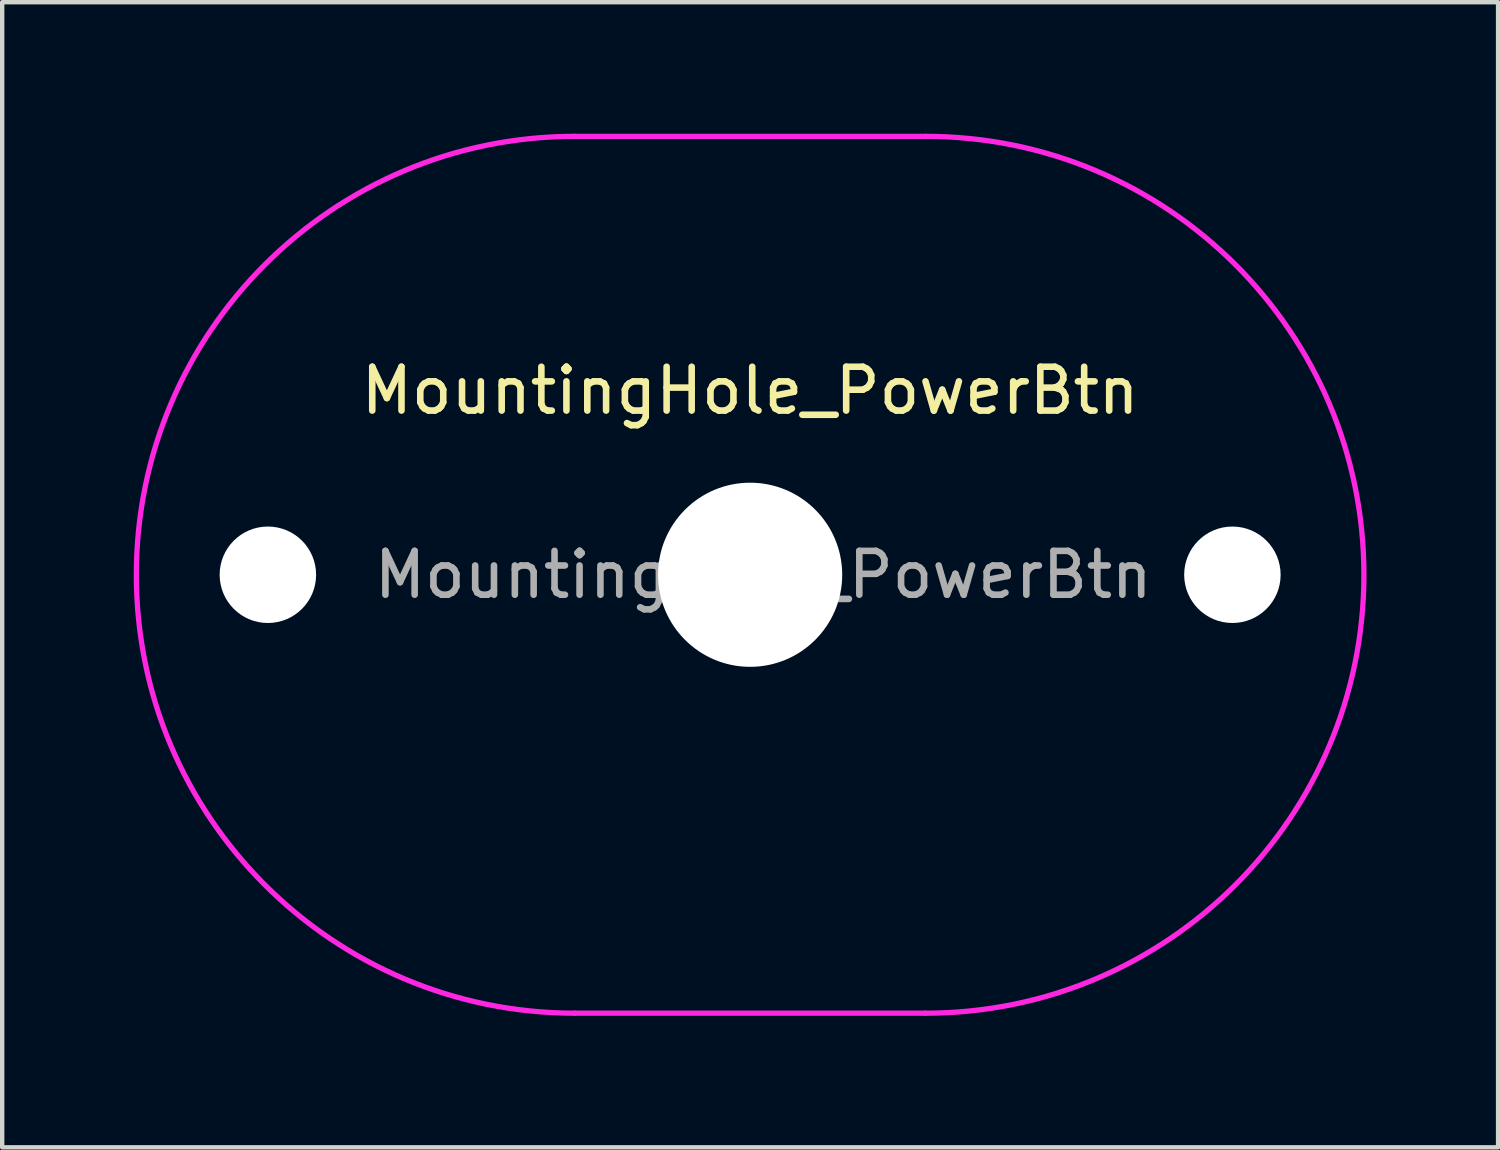
<source format=kicad_pcb>
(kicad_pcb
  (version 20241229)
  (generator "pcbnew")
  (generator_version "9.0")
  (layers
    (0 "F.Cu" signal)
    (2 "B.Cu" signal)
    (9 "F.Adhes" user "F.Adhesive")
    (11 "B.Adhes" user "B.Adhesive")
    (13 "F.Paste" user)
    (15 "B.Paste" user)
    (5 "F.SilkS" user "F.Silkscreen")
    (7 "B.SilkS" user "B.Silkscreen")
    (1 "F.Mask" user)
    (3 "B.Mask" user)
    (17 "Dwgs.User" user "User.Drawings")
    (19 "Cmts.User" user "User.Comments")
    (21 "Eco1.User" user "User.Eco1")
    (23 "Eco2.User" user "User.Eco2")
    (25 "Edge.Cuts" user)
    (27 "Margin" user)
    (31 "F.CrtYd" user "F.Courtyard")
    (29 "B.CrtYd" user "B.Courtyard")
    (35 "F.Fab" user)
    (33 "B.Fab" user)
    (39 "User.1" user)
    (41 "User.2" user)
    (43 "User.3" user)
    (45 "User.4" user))
  (footprint "MountingHole_PowerBtn"
    (layer "F.Cu")
    (at 14.06 10.06)
    (property "Reference" "MountingHole_PowerBtn" (at 0 -4.2 0) (layer "F.SilkS") (effects (font (size 1 1) (thickness 0.15))))
    (attr exclude_from_pos_files exclude_from_bom)
    (fp_line (start -4 -10) (end 4 -10) (stroke (width 0.12) (type solid)) (layer "F.CrtYd"))
    (fp_line (start 4 10) (end -4 10) (stroke (width 0.12) (type solid)) (layer "F.CrtYd"))
    (fp_arc (start -4 10) (mid -14 0) (end -4 -10) (stroke (width 0.12) (type solid)) (layer "F.CrtYd"))
    (fp_arc (start 4 -10) (mid 14 0) (end 4 10) (stroke (width 0.12) (type solid)) (layer "F.CrtYd"))
    (fp_text user "${REFERENCE}" (at 0.3 0 0) (layer "F.Fab") (effects (font (size 1 1) (thickness 0.15))))
    (pad "" np_thru_hole circle (at -11 0) (size 2.2 2.2) (drill 2.2) (layers "*.Cu" "*.Mask"))
    (pad "" np_thru_hole circle (at 0 0) (size 4.2 4.2) (drill 4.2) (layers "*.Cu" "*.Mask"))
    (pad "" np_thru_hole circle (at 11 0) (size 2.2 2.2) (drill 2.2) (layers "*.Cu" "*.Mask")))
  (gr_rect
    (start -3 -3)
    (end 31.12 23.12)
    (stroke (width 0.1) (type default))
    (fill no)
    (layer "Edge.Cuts")))
</source>
